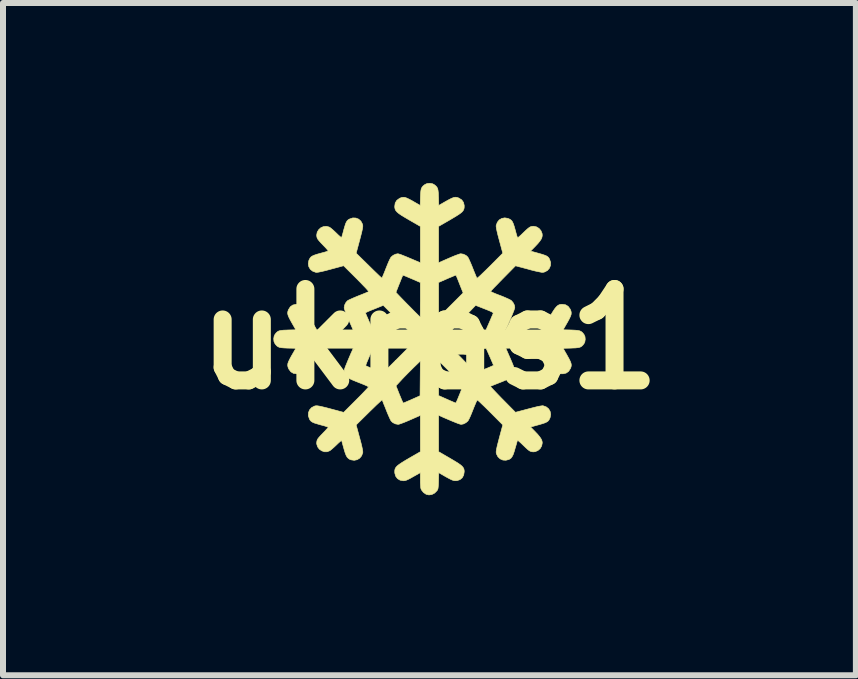
<source format=kicad_pcb>
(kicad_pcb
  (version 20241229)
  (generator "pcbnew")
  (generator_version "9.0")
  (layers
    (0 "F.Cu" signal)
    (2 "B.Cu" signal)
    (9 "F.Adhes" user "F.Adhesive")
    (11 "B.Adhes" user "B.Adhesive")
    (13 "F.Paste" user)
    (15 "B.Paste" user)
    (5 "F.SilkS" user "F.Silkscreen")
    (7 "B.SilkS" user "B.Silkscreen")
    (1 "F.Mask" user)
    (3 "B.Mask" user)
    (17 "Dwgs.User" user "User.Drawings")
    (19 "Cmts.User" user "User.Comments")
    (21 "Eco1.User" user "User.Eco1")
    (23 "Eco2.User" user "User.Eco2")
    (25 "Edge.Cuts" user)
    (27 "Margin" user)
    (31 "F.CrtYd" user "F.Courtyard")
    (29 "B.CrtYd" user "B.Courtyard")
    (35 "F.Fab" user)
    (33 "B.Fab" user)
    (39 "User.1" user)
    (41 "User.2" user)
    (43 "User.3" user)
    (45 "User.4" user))
  (footprint "ukras1"
    (layer "F.Cu")
    (at 4.108 2.601)
    (property "Reference" "ukras1" (at 0 0 0) (layer "F.SilkS") (effects (font (size 1.524 1.524) (thickness 0.3))))
    (attr through_hole)
    (fp_poly (pts (xy 0.049 -2.589) (xy 0.077 -2.575) (xy 0.104 -2.554) (xy 0.123 -2.533) (xy 0.136 -2.508) (xy 0.143 -2.477) (xy 0.148 -2.433) (xy 0.15 -2.374) (xy 0.151 -2.363) (xy 0.154 -2.227) (xy 0.267 -2.292) (xy 0.325 -2.324) (xy 0.369 -2.346) (xy 0.403 -2.359) (xy 0.432 -2.364) (xy 0.458 -2.361) (xy 0.485 -2.352) (xy 0.491 -2.349) (xy 0.538 -2.319) (xy 0.567 -2.278) (xy 0.579 -2.226) (xy 0.579 -2.214) (xy 0.578 -2.186) (xy 0.572 -2.162) (xy 0.56 -2.139) (xy 0.54 -2.116) (xy 0.509 -2.091) (xy 0.467 -2.063) (xy 0.41 -2.028) (xy 0.343 -1.988) (xy 0.152 -1.878) (xy 0.152 -1.272) (xy 0.323 -1.347) (xy 0.379 -1.371) (xy 0.43 -1.392) (xy 0.474 -1.408) (xy 0.506 -1.419) (xy 0.521 -1.422) (xy 0.567 -1.414) (xy 0.61 -1.393) (xy 0.638 -1.367) (xy 0.649 -1.349) (xy 0.665 -1.315) (xy 0.685 -1.27) (xy 0.707 -1.218) (xy 0.722 -1.18) (xy 0.743 -1.127) (xy 0.762 -1.081) (xy 0.777 -1.044) (xy 0.788 -1.021) (xy 0.791 -1.014) (xy 0.8 -1.019) (xy 0.821 -1.036) (xy 0.853 -1.065) (xy 0.893 -1.104) (xy 0.94 -1.149) (xy 0.993 -1.201) (xy 1.01 -1.218) (xy 1.222 -1.431) (xy 1.164 -1.646) (xy 1.141 -1.732) (xy 1.125 -1.799) (xy 1.115 -1.849) (xy 1.111 -1.881) (xy 1.112 -1.894) (xy 1.131 -1.946) (xy 1.163 -1.986) (xy 1.206 -2.011) (xy 1.255 -2.02) (xy 1.308 -2.011) (xy 1.331 -2.001) (xy 1.353 -1.988) (xy 1.371 -1.972) (xy 1.385 -1.95) (xy 1.399 -1.918) (xy 1.414 -1.873) (xy 1.431 -1.812) (xy 1.432 -1.809) (xy 1.444 -1.763) (xy 1.455 -1.725) (xy 1.464 -1.699) (xy 1.468 -1.688) (xy 1.477 -1.693) (xy 1.497 -1.709) (xy 1.526 -1.735) (xy 1.56 -1.768) (xy 1.562 -1.77) (xy 1.606 -1.812) (xy 1.64 -1.842) (xy 1.666 -1.862) (xy 1.688 -1.873) (xy 1.71 -1.878) (xy 1.734 -1.88) (xy 1.783 -1.87) (xy 1.826 -1.844) (xy 1.858 -1.806) (xy 1.877 -1.759) (xy 1.88 -1.731) (xy 1.876 -1.701) (xy 1.864 -1.669) (xy 1.841 -1.634) (xy 1.807 -1.592) (xy 1.758 -1.54) (xy 1.756 -1.538) (xy 1.685 -1.466) (xy 1.805 -1.433) (xy 1.868 -1.415) (xy 1.914 -1.4) (xy 1.947 -1.387) (xy 1.969 -1.373) (xy 1.986 -1.357) (xy 1.998 -1.337) (xy 2.001 -1.331) (xy 2.019 -1.278) (xy 2.017 -1.227) (xy 1.999 -1.181) (xy 1.966 -1.143) (xy 1.919 -1.118) (xy 1.894 -1.112) (xy 1.871 -1.112) (xy 1.829 -1.12) (xy 1.767 -1.133) (xy 1.687 -1.153) (xy 1.649 -1.164) (xy 1.434 -1.221) (xy 1.227 -1.011) (xy 1.175 -0.958) (xy 1.127 -0.908) (xy 1.085 -0.866) (xy 1.052 -0.831) (xy 1.03 -0.807) (xy 1.019 -0.795) (xy 1.019 -0.795) (xy 1.027 -0.789) (xy 1.051 -0.777) (xy 1.088 -0.761) (xy 1.135 -0.742) (xy 1.176 -0.727) (xy 1.231 -0.705) (xy 1.282 -0.683) (xy 1.324 -0.664) (xy 1.354 -0.648) (xy 1.365 -0.641) (xy 1.394 -0.607) (xy 1.415 -0.566) (xy 1.422 -0.528) (xy 1.418 -0.509) (xy 1.407 -0.475) (xy 1.388 -0.427) (xy 1.364 -0.368) (xy 1.335 -0.3) (xy 1.303 -0.225) (xy 1.296 -0.211) (xy 1.27 -0.152) (xy 1.878 -0.152) (xy 1.988 -0.343) (xy 2.03 -0.414) (xy 2.064 -0.47) (xy 2.093 -0.512) (xy 2.118 -0.541) (xy 2.141 -0.561) (xy 2.163 -0.572) (xy 2.188 -0.578) (xy 2.214 -0.579) (xy 2.268 -0.571) (xy 2.311 -0.545) (xy 2.343 -0.502) (xy 2.349 -0.491) (xy 2.359 -0.464) (xy 2.363 -0.438) (xy 2.361 -0.41) (xy 2.35 -0.378) (xy 2.33 -0.336) (xy 2.301 -0.282) (xy 2.292 -0.267) (xy 2.227 -0.154) (xy 2.363 -0.151) (xy 2.425 -0.148) (xy 2.47 -0.144) (xy 2.504 -0.137) (xy 2.529 -0.125) (xy 2.55 -0.108) (xy 2.571 -0.082) (xy 2.575 -0.077) (xy 2.592 -0.04) (xy 2.596 0.005) (xy 2.589 0.049) (xy 2.575 0.077) (xy 2.554 0.104) (xy 2.533 0.123) (xy 2.508 0.136) (xy 2.477 0.143) (xy 2.433 0.148) (xy 2.374 0.15) (xy 2.363 0.151) (xy 2.227 0.154) (xy 2.292 0.267) (xy 2.324 0.325) (xy 2.346 0.369) (xy 2.359 0.403) (xy 2.364 0.432) (xy 2.361 0.458) (xy 2.352 0.485) (xy 2.349 0.491) (xy 2.319 0.538) (xy 2.278 0.567) (xy 2.226 0.579) (xy 2.214 0.579) (xy 2.186 0.578) (xy 2.162 0.572) (xy 2.139 0.56) (xy 2.116 0.54) (xy 2.091 0.509) (xy 2.063 0.467) (xy 2.028 0.41) (xy 1.988 0.343) (xy 1.878 0.152) (xy 1.272 0.152) (xy 1.347 0.323) (xy 1.371 0.379) (xy 1.392 0.43) (xy 1.408 0.474) (xy 1.419 0.506) (xy 1.422 0.521) (xy 1.414 0.567) (xy 1.393 0.61) (xy 1.367 0.638) (xy 1.349 0.649) (xy 1.315 0.665) (xy 1.27 0.685) (xy 1.218 0.707) (xy 1.18 0.722) (xy 1.127 0.743) (xy 1.081 0.761) (xy 1.045 0.776) (xy 1.022 0.785) (xy 1.015 0.788) (xy 1.021 0.796) (xy 1.039 0.816) (xy 1.068 0.847) (xy 1.106 0.887) (xy 1.152 0.935) (xy 1.203 0.988) (xy 1.221 1.006) (xy 1.433 1.221) (xy 1.648 1.164) (xy 1.737 1.141) (xy 1.806 1.124) (xy 1.856 1.115) (xy 1.887 1.111) (xy 1.894 1.112) (xy 1.947 1.131) (xy 1.986 1.163) (xy 2.011 1.206) (xy 2.02 1.255) (xy 2.011 1.308) (xy 2.001 1.331) (xy 1.989 1.352) (xy 1.974 1.369) (xy 1.953 1.383) (xy 1.923 1.397) (xy 1.881 1.411) (xy 1.823 1.428) (xy 1.805 1.433) (xy 1.685 1.466) (xy 1.756 1.538) (xy 1.805 1.59) (xy 1.84 1.633) (xy 1.863 1.668) (xy 1.876 1.7) (xy 1.88 1.73) (xy 1.88 1.731) (xy 1.87 1.781) (xy 1.845 1.825) (xy 1.807 1.858) (xy 1.761 1.877) (xy 1.734 1.88) (xy 1.71 1.878) (xy 1.688 1.873) (xy 1.665 1.862) (xy 1.639 1.842) (xy 1.606 1.812) (xy 1.562 1.77) (xy 1.528 1.737) (xy 1.499 1.711) (xy 1.478 1.693) (xy 1.468 1.688) (xy 1.468 1.688) (xy 1.463 1.7) (xy 1.455 1.727) (xy 1.444 1.766) (xy 1.431 1.81) (xy 1.412 1.876) (xy 1.395 1.925) (xy 1.377 1.96) (xy 1.358 1.985) (xy 1.335 2.001) (xy 1.327 2.006) (xy 1.274 2.02) (xy 1.224 2.017) (xy 1.178 1.997) (xy 1.141 1.962) (xy 1.117 1.915) (xy 1.112 1.894) (xy 1.112 1.872) (xy 1.118 1.833) (xy 1.13 1.778) (xy 1.149 1.704) (xy 1.164 1.646) (xy 1.222 1.431) (xy 1.015 1.223) (xy 0.962 1.17) (xy 0.913 1.122) (xy 0.87 1.081) (xy 0.836 1.048) (xy 0.811 1.026) (xy 0.799 1.016) (xy 0.798 1.016) (xy 0.791 1.025) (xy 0.778 1.05) (xy 0.762 1.088) (xy 0.742 1.135) (xy 0.726 1.176) (xy 0.704 1.231) (xy 0.683 1.282) (xy 0.663 1.325) (xy 0.648 1.354) (xy 0.641 1.365) (xy 0.607 1.394) (xy 0.566 1.415) (xy 0.528 1.422) (xy 0.509 1.418) (xy 0.475 1.407) (xy 0.427 1.388) (xy 0.368 1.364) (xy 0.3 1.335) (xy 0.225 1.303) (xy 0.211 1.296) (xy 0.152 1.27) (xy 0.152 1.877) (xy 0.343 1.988) (xy 0.414 2.03) (xy 0.47 2.064) (xy 0.512 2.093) (xy 0.542 2.118) (xy 0.561 2.141) (xy 0.573 2.163) (xy 0.578 2.188) (xy 0.579 2.212) (xy 0.57 2.267) (xy 0.546 2.312) (xy 0.508 2.343) (xy 0.459 2.36) (xy 0.438 2.361) (xy 0.415 2.36) (xy 0.393 2.355) (xy 0.365 2.344) (xy 0.329 2.326) (xy 0.279 2.299) (xy 0.272 2.295) (xy 0.154 2.227) (xy 0.151 2.363) (xy 0.149 2.419) (xy 0.146 2.46) (xy 0.143 2.487) (xy 0.137 2.507) (xy 0.13 2.521) (xy 0.126 2.526) (xy 0.086 2.567) (xy 0.04 2.591) (xy -0.009 2.598) (xy -0.056 2.587) (xy -0.056 2.587) (xy -0.1 2.557) (xy -0.133 2.515) (xy -0.142 2.496) (xy -0.146 2.475) (xy -0.149 2.438) (xy -0.152 2.392) (xy -0.152 2.347) (xy -0.152 2.227) (xy -0.272 2.294) (xy -0.323 2.323) (xy -0.361 2.342) (xy -0.389 2.354) (xy -0.412 2.36) (xy -0.434 2.362) (xy -0.438 2.361) (xy -0.49 2.352) (xy -0.533 2.326) (xy -0.563 2.286) (xy -0.578 2.234) (xy -0.579 2.212) (xy -0.578 2.185) (xy -0.572 2.161) (xy -0.559 2.138) (xy -0.538 2.115) (xy -0.507 2.09) (xy -0.464 2.061) (xy -0.406 2.025) (xy -0.343 1.988) (xy -0.152 1.878) (xy -0.152 1.272) (xy -0.323 1.347) (xy -0.379 1.371) (xy -0.43 1.392) (xy -0.474 1.408) (xy -0.506 1.419) (xy -0.521 1.422) (xy -0.567 1.414) (xy -0.61 1.393) (xy -0.638 1.367) (xy -0.649 1.349) (xy -0.665 1.315) (xy -0.685 1.27) (xy -0.707 1.218) (xy -0.722 1.18) (xy -0.743 1.127) (xy -0.762 1.081) (xy -0.776 1.044) (xy -0.786 1.021) (xy -0.789 1.014) (xy -0.797 1.019) (xy -0.817 1.037) (xy -0.848 1.066) (xy -0.889 1.104) (xy -0.936 1.15) (xy -0.989 1.201) (xy -1.007 1.219) (xy -1.222 1.431) (xy -1.164 1.647) (xy -1.141 1.732) (xy -1.125 1.8) (xy -1.115 1.849) (xy -1.111 1.882) (xy -1.112 1.894) (xy -1.131 1.946) (xy -1.163 1.985) (xy -1.206 2.011) (xy -1.255 2.021) (xy -1.307 2.013) (xy -1.327 2.006) (xy -1.351 1.99) (xy -1.372 1.969) (xy -1.39 1.937) (xy -1.407 1.892) (xy -1.425 1.832) (xy -1.431 1.81) (xy -1.444 1.764) (xy -1.454 1.726) (xy -1.462 1.7) (xy -1.466 1.69) (xy -1.474 1.695) (xy -1.494 1.712) (xy -1.522 1.737) (xy -1.55 1.764) (xy -1.586 1.798) (xy -1.621 1.829) (xy -1.648 1.851) (xy -1.661 1.861) (xy -1.706 1.878) (xy -1.753 1.878) (xy -1.797 1.862) (xy -1.836 1.835) (xy -1.864 1.797) (xy -1.879 1.75) (xy -1.88 1.734) (xy -1.878 1.71) (xy -1.873 1.688) (xy -1.862 1.665) (xy -1.842 1.639) (xy -1.812 1.606) (xy -1.77 1.562) (xy -1.737 1.528) (xy -1.711 1.499) (xy -1.693 1.478) (xy -1.688 1.468) (xy -1.688 1.468) (xy -1.7 1.463) (xy -1.727 1.455) (xy -1.765 1.443) (xy -1.809 1.432) (xy -1.871 1.414) (xy -1.917 1.4) (xy -1.949 1.386) (xy -1.972 1.371) (xy -1.988 1.354) (xy -2.001 1.332) (xy -2.001 1.331) (xy -2.019 1.278) (xy -2.017 1.227) (xy -1.999 1.181) (xy -1.965 1.143) (xy -1.918 1.118) (xy -1.894 1.112) (xy -1.872 1.112) (xy -1.834 1.118) (xy -1.779 1.13) (xy -1.706 1.148) (xy -1.646 1.164) (xy -1.43 1.222) (xy -1.223 1.015) (xy -1.17 0.962) (xy -1.122 0.913) (xy -1.081 0.87) (xy -1.048 0.835) (xy -1.026 0.811) (xy -1.016 0.798) (xy -1.016 0.797) (xy -1.025 0.791) (xy -1.047 0.779) (xy -0.558 0.779) (xy -0.501 0.923) (xy -0.48 0.973) (xy -0.463 1.015) (xy -0.448 1.047) (xy -0.439 1.064) (xy -0.437 1.067) (xy -0.426 1.063) (xy -0.4 1.052) (xy -0.363 1.036) (xy -0.316 1.016) (xy -0.294 1.006) (xy -0.157 0.945) (xy -0.157 0.942) (xy 0.152 0.942) (xy 0.292 1.004) (xy 0.341 1.026) (xy 0.384 1.044) (xy 0.416 1.058) (xy 0.435 1.065) (xy 0.439 1.066) (xy 0.444 1.057) (xy 0.456 1.033) (xy 0.472 0.996) (xy 0.491 0.949) (xy 0.504 0.918) (xy 0.562 0.77) (xy 0.357 0.565) (xy 0.152 0.361) (xy 0.152 0.942) (xy -0.157 0.942) (xy -0.152 0.366) (xy -0.265 0.475) (xy -0.314 0.524) (xy -0.368 0.578) (xy -0.42 0.631) (xy -0.464 0.677) (xy -0.468 0.682) (xy -0.558 0.779) (xy -1.047 0.779) (xy -1.05 0.778) (xy -1.088 0.761) (xy -1.135 0.742) (xy -1.176 0.726) (xy -1.231 0.704) (xy -1.282 0.683) (xy -1.325 0.663) (xy -1.354 0.648) (xy -1.365 0.641) (xy -1.394 0.607) (xy -1.415 0.566) (xy -1.422 0.528) (xy -1.418 0.509) (xy -1.407 0.475) (xy -1.395 0.444) (xy -1.063 0.444) (xy -1.052 0.449) (xy -1.026 0.461) (xy -0.99 0.476) (xy -0.947 0.493) (xy -0.901 0.511) (xy -0.858 0.528) (xy -0.82 0.543) (xy -0.792 0.553) (xy -0.778 0.558) (xy -0.777 0.558) (xy -0.768 0.551) (xy -0.746 0.532) (xy -0.713 0.502) (xy -0.672 0.463) (xy -0.625 0.416) (xy -0.573 0.364) (xy -0.564 0.356) (xy -0.361 0.152) (xy -0.942 0.152) (xy -1.005 0.296) (xy -1.026 0.346) (xy -1.044 0.388) (xy -1.056 0.421) (xy -1.063 0.44) (xy -1.063 0.444) (xy -1.395 0.444) (xy -1.388 0.427) (xy -1.364 0.368) (xy -1.335 0.3) (xy -1.303 0.225) (xy -1.296 0.211) (xy -1.27 0.152) (xy -1.878 0.152) (xy -1.988 0.343) (xy -2.03 0.414) (xy -2.064 0.47) (xy -2.093 0.512) (xy -2.118 0.541) (xy -2.141 0.561) (xy -2.163 0.572) (xy -2.188 0.578) (xy -2.214 0.579) (xy -2.268 0.571) (xy -2.311 0.545) (xy -2.343 0.502) (xy -2.349 0.491) (xy -2.359 0.464) (xy -2.363 0.438) (xy -2.361 0.41) (xy -2.35 0.378) (xy -2.33 0.336) (xy -2.301 0.282) (xy -2.292 0.267) (xy -2.227 0.154) (xy -2.303 0.152) (xy 0.372 0.152) (xy 0.483 0.266) (xy 0.531 0.315) (xy 0.582 0.368) (xy 0.632 0.419) (xy 0.674 0.463) (xy 0.68 0.469) (xy 0.713 0.504) (xy 0.741 0.532) (xy 0.762 0.551) (xy 0.771 0.559) (xy 0.771 0.559) (xy 0.782 0.555) (xy 0.809 0.545) (xy 0.847 0.531) (xy 0.894 0.512) (xy 0.922 0.501) (xy 0.972 0.481) (xy 1.014 0.463) (xy 1.046 0.449) (xy 1.064 0.44) (xy 1.067 0.437) (xy 1.063 0.426) (xy 1.052 0.4) (xy 1.036 0.363) (xy 1.016 0.316) (xy 1.006 0.294) (xy 0.945 0.157) (xy 0.659 0.155) (xy 0.372 0.152) (xy -2.303 0.152) (xy -2.363 0.151) (xy -2.425 0.148) (xy -2.47 0.144) (xy -2.504 0.137) (xy -2.529 0.125) (xy -2.55 0.108) (xy -2.571 0.082) (xy -2.575 0.077) (xy -2.592 0.04) (xy -2.596 -0.005) (xy -2.589 -0.049) (xy -2.575 -0.077) (xy -2.554 -0.104) (xy -2.533 -0.123) (xy -2.508 -0.136) (xy -2.477 -0.143) (xy -2.433 -0.148) (xy -2.374 -0.15) (xy -2.363 -0.151) (xy -2.227 -0.154) (xy -2.292 -0.267) (xy -2.324 -0.325) (xy -2.346 -0.369) (xy -2.359 -0.403) (xy -2.364 -0.432) (xy -2.361 -0.458) (xy -2.352 -0.485) (xy -2.349 -0.491) (xy -2.319 -0.538) (xy -2.278 -0.567) (xy -2.226 -0.579) (xy -2.214 -0.579) (xy -2.186 -0.578) (xy -2.162 -0.572) (xy -2.139 -0.56) (xy -2.116 -0.54) (xy -2.091 -0.509) (xy -2.063 -0.467) (xy -2.028 -0.41) (xy -1.988 -0.343) (xy -1.878 -0.152) (xy -1.575 -0.152) (xy -1.272 -0.152) (xy -1.347 -0.323) (xy -1.371 -0.379) (xy -1.392 -0.43) (xy -1.395 -0.437) (xy -1.067 -0.437) (xy -1.063 -0.426) (xy -1.052 -0.399) (xy -1.036 -0.362) (xy -1.016 -0.318) (xy -1.013 -0.309) (xy -0.992 -0.262) (xy -0.974 -0.221) (xy -0.96 -0.189) (xy -0.952 -0.171) (xy -0.952 -0.17) (xy -0.949 -0.165) (xy -0.942 -0.161) (xy -0.929 -0.158) (xy -0.908 -0.156) (xy -0.877 -0.154) (xy -0.833 -0.153) (xy -0.775 -0.153) (xy -0.699 -0.152) (xy -0.653 -0.152) (xy -0.361 -0.152) (xy 0.373 -0.152) (xy 0.942 -0.152) (xy 0.999 -0.282) (xy 1.02 -0.33) (xy 1.038 -0.373) (xy 1.053 -0.406) (xy 1.061 -0.426) (xy 1.062 -0.428) (xy 1.061 -0.436) (xy 1.052 -0.445) (xy 1.032 -0.456) (xy 0.999 -0.471) (xy 0.95 -0.491) (xy 0.919 -0.503) (xy 0.769 -0.562) (xy 0.682 -0.471) (xy 0.641 -0.428) (xy 0.592 -0.377) (xy 0.54 -0.324) (xy 0.491 -0.274) (xy 0.484 -0.266) (xy 0.373 -0.152) (xy -0.361 -0.152) (xy -0.77 -0.562) (xy -0.918 -0.502) (xy -0.969 -0.482) (xy -1.012 -0.464) (xy -1.045 -0.449) (xy -1.064 -0.439) (xy -1.067 -0.437) (xy -1.395 -0.437) (xy -1.408 -0.474) (xy -1.419 -0.506) (xy -1.422 -0.521) (xy -1.414 -0.567) (xy -1.392 -0.61) (xy -1.367 -0.638) (xy -1.348 -0.649) (xy -1.314 -0.665) (xy -1.269 -0.685) (xy -1.217 -0.707) (xy -1.18 -0.722) (xy -1.127 -0.743) (xy -1.08 -0.762) (xy -1.044 -0.777) (xy -1.042 -0.778) (xy -0.559 -0.778) (xy -0.506 -0.722) (xy -0.485 -0.7) (xy -0.455 -0.669) (xy -0.418 -0.631) (xy -0.376 -0.588) (xy -0.332 -0.544) (xy -0.289 -0.5) (xy -0.248 -0.458) (xy -0.211 -0.422) (xy -0.182 -0.393) (xy -0.163 -0.374) (xy -0.155 -0.367) (xy -0.154 -0.376) (xy -0.154 -0.403) (xy -0.153 -0.446) (xy -0.153 -0.501) (xy -0.153 -0.566) (xy -0.152 -0.639) (xy -0.152 -0.654) (xy -0.152 -0.942) (xy -0.153 -0.943) (xy 0.152 -0.943) (xy 0.152 -0.361) (xy 0.357 -0.565) (xy 0.561 -0.769) (xy 0.503 -0.915) (xy 0.483 -0.966) (xy 0.466 -1.009) (xy 0.452 -1.042) (xy 0.444 -1.061) (xy 0.442 -1.065) (xy 0.432 -1.062) (xy 0.407 -1.053) (xy 0.37 -1.037) (xy 0.323 -1.018) (xy 0.296 -1.006) (xy 0.152 -0.943) (xy -0.153 -0.943) (xy -0.296 -1.005) (xy -0.346 -1.026) (xy -0.388 -1.044) (xy -0.421 -1.057) (xy -0.44 -1.063) (xy -0.444 -1.063) (xy -0.449 -1.053) (xy -0.46 -1.027) (xy -0.476 -0.988) (xy -0.494 -0.942) (xy -0.504 -0.918) (xy -0.559 -0.778) (xy -1.042 -0.778) (xy -1.02 -0.787) (xy -1.014 -0.791) (xy -1.019 -0.8) (xy -1.036 -0.821) (xy -1.065 -0.853) (xy -1.104 -0.893) (xy -1.149 -0.94) (xy -1.201 -0.993) (xy -1.218 -1.01) (xy -1.431 -1.222) (xy -1.646 -1.164) (xy -1.732 -1.141) (xy -1.799 -1.125) (xy -1.849 -1.115) (xy -1.881 -1.111) (xy -1.894 -1.112) (xy -1.946 -1.131) (xy -1.986 -1.163) (xy -2.011 -1.206) (xy -2.02 -1.255) (xy -2.011 -1.308) (xy -2.001 -1.331) (xy -1.988 -1.353) (xy -1.972 -1.371) (xy -1.95 -1.385) (xy -1.918 -1.399) (xy -1.873 -1.414) (xy -1.812 -1.431) (xy -1.809 -1.432) (xy -1.763 -1.444) (xy -1.725 -1.455) (xy -1.699 -1.464) (xy -1.688 -1.468) (xy -1.693 -1.477) (xy -1.709 -1.497) (xy -1.735 -1.526) (xy -1.768 -1.56) (xy -1.77 -1.562) (xy -1.812 -1.606) (xy -1.842 -1.64) (xy -1.862 -1.666) (xy -1.873 -1.688) (xy -1.878 -1.71) (xy -1.88 -1.734) (xy -1.871 -1.782) (xy -1.846 -1.823) (xy -1.811 -1.855) (xy -1.768 -1.874) (xy -1.721 -1.879) (xy -1.675 -1.868) (xy -1.661 -1.861) (xy -1.641 -1.846) (xy -1.611 -1.821) (xy -1.576 -1.789) (xy -1.55 -1.764) (xy -1.518 -1.733) (xy -1.491 -1.709) (xy -1.472 -1.694) (xy -1.466 -1.69) (xy -1.462 -1.701) (xy -1.454 -1.727) (xy -1.443 -1.765) (xy -1.432 -1.809) (xy -1.414 -1.871) (xy -1.4 -1.917) (xy -1.386 -1.949) (xy -1.371 -1.972) (xy -1.354 -1.988) (xy -1.332 -2.001) (xy -1.331 -2.001) (xy -1.278 -2.019) (xy -1.227 -2.017) (xy -1.181 -1.999) (xy -1.143 -1.965) (xy -1.118 -1.918) (xy -1.112 -1.894) (xy -1.112 -1.872) (xy -1.118 -1.833) (xy -1.13 -1.778) (xy -1.149 -1.704) (xy -1.164 -1.647) (xy -1.222 -1.431) (xy -1.011 -1.224) (xy -0.957 -1.171) (xy -0.908 -1.123) (xy -0.865 -1.082) (xy -0.831 -1.049) (xy -0.806 -1.027) (xy -0.794 -1.017) (xy -0.794 -1.016) (xy -0.788 -1.025) (xy -0.777 -1.05) (xy -0.761 -1.088) (xy -0.742 -1.135) (xy -0.726 -1.176) (xy -0.704 -1.231) (xy -0.683 -1.282) (xy -0.663 -1.325) (xy -0.648 -1.354) (xy -0.641 -1.365) (xy -0.606 -1.395) (xy -0.564 -1.415) (xy -0.526 -1.422) (xy -0.51 -1.418) (xy -0.478 -1.408) (xy -0.435 -1.391) (xy -0.383 -1.37) (xy -0.328 -1.347) (xy -0.152 -1.272) (xy -0.152 -1.575) (xy -0.152 -1.878) (xy -0.343 -1.988) (xy -0.414 -2.03) (xy -0.47 -2.064) (xy -0.512 -2.093) (xy -0.541 -2.118) (xy -0.561 -2.141) (xy -0.572 -2.163) (xy -0.578 -2.188) (xy -0.579 -2.214) (xy -0.571 -2.268) (xy -0.545 -2.311) (xy -0.502 -2.343) (xy -0.491 -2.349) (xy -0.464 -2.359) (xy -0.438 -2.363) (xy -0.41 -2.361) (xy -0.378 -2.35) (xy -0.336 -2.33) (xy -0.282 -2.301) (xy -0.267 -2.292) (xy -0.154 -2.227) (xy -0.151 -2.363) (xy -0.148 -2.425) (xy -0.144 -2.47) (xy -0.137 -2.504) (xy -0.125 -2.529) (xy -0.108 -2.55) (xy -0.082 -2.571) (xy -0.077 -2.575) (xy -0.04 -2.592) (xy 0.005 -2.596) (xy 0.049 -2.589)) (stroke (width 0.01) (type solid)) (fill yes) (layer "F.SilkS")))
  (gr_rect
    (start -3 -3)
    (end 11.215 8.205)
    (stroke (width 0.1) (type default))
    (fill no)
    (layer "Edge.Cuts")))
</source>
